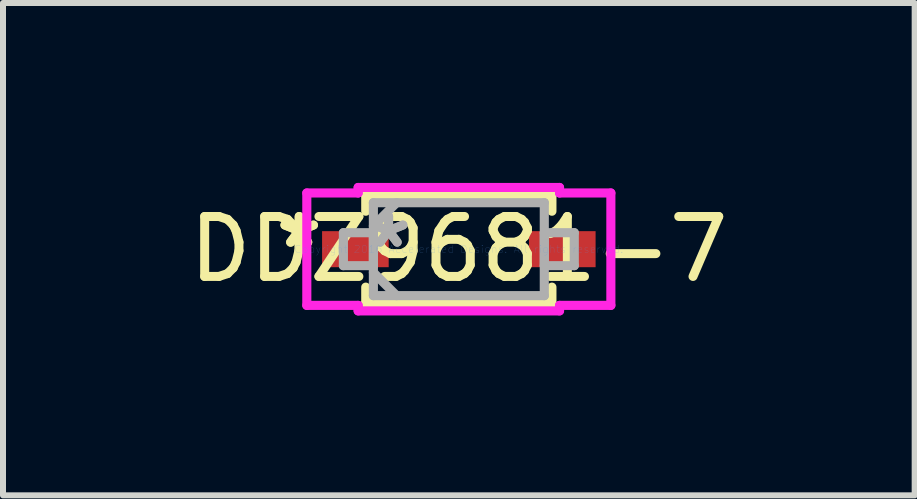
<source format=kicad_pcb>
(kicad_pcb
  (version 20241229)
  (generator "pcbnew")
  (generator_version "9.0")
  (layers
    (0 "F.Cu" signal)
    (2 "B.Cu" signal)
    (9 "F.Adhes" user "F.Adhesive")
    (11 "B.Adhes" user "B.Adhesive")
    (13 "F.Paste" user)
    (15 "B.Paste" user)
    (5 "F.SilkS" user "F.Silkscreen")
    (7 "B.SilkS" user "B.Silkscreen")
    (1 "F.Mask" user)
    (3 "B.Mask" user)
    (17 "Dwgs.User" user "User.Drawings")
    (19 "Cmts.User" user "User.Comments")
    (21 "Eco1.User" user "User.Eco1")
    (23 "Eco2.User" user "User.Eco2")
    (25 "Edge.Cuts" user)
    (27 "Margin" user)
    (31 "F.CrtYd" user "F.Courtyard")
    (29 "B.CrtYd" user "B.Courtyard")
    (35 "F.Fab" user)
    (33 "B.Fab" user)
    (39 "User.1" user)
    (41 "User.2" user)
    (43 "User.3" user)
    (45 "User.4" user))
  (footprint "DDZ9681-7"
    (layer "F.Cu")
    (at 4.601 1.105)
    (property "Reference" "DDZ9681-7" (at 0 0 0) (layer "F.SilkS") (effects (font (size 1 1) (thickness 0.15))))
    (attr through_hole)
    (fp_line (start -1.552 -0.902) (end -1.552 -0.633) (stroke (width 0.152) (type solid)) (layer "F.SilkS"))
    (fp_line (start -1.552 0.633) (end -1.552 0.902) (stroke (width 0.152) (type solid)) (layer "F.SilkS"))
    (fp_line (start -1.552 0.902) (end 1.552 0.902) (stroke (width 0.152) (type solid)) (layer "F.SilkS"))
    (fp_line (start 1.552 -0.902) (end -1.552 -0.902) (stroke (width 0.152) (type solid)) (layer "F.SilkS"))
    (fp_line (start 1.552 -0.633) (end 1.552 -0.902) (stroke (width 0.152) (type solid)) (layer "F.SilkS"))
    (fp_line (start 1.552 0.902) (end 1.552 0.633) (stroke (width 0.152) (type solid)) (layer "F.SilkS"))
    (fp_line (start -2.535 -0.937) (end -1.679 -0.937) (stroke (width 0.152) (type solid)) (layer "F.CrtYd"))
    (fp_line (start -2.535 0.937) (end -2.535 -0.937) (stroke (width 0.152) (type solid)) (layer "F.CrtYd"))
    (fp_line (start -1.679 -1.029) (end 1.679 -1.029) (stroke (width 0.152) (type solid)) (layer "F.CrtYd"))
    (fp_line (start -1.679 -0.937) (end -1.679 -1.029) (stroke (width 0.152) (type solid)) (layer "F.CrtYd"))
    (fp_line (start -1.679 0.937) (end -2.535 0.937) (stroke (width 0.152) (type solid)) (layer "F.CrtYd"))
    (fp_line (start -1.679 1.029) (end -1.679 0.937) (stroke (width 0.152) (type solid)) (layer "F.CrtYd"))
    (fp_line (start 1.679 -1.029) (end 1.679 -0.937) (stroke (width 0.152) (type solid)) (layer "F.CrtYd"))
    (fp_line (start 1.679 -0.937) (end 2.535 -0.937) (stroke (width 0.152) (type solid)) (layer "F.CrtYd"))
    (fp_line (start 1.679 0.937) (end 1.679 1.029) (stroke (width 0.152) (type solid)) (layer "F.CrtYd"))
    (fp_line (start 1.679 1.029) (end -1.679 1.029) (stroke (width 0.152) (type solid)) (layer "F.CrtYd"))
    (fp_line (start 2.535 -0.937) (end 2.535 0.937) (stroke (width 0.152) (type solid)) (layer "F.CrtYd"))
    (fp_line (start 2.535 0.937) (end 1.679 0.937) (stroke (width 0.152) (type solid)) (layer "F.CrtYd"))
    (fp_line (start -1.925 -0.275) (end -1.925 0.275) (stroke (width 0.152) (type solid)) (layer "F.Fab"))
    (fp_line (start -1.925 0.275) (end -1.425 0.275) (stroke (width 0.152) (type solid)) (layer "F.Fab"))
    (fp_line (start -1.425 -0.775) (end -1.425 0.775) (stroke (width 0.152) (type solid)) (layer "F.Fab"))
    (fp_line (start -1.425 -0.388) (end -1.038 -0.775) (stroke (width 0.152) (type solid)) (layer "F.Fab"))
    (fp_line (start -1.425 -0.275) (end -1.925 -0.275) (stroke (width 0.152) (type solid)) (layer "F.Fab"))
    (fp_line (start -1.425 0.275) (end -1.425 -0.275) (stroke (width 0.152) (type solid)) (layer "F.Fab"))
    (fp_line (start -1.425 0.388) (end -1.038 0.775) (stroke (width 0.152) (type solid)) (layer "F.Fab"))
    (fp_line (start -1.425 0.775) (end 1.425 0.775) (stroke (width 0.152) (type solid)) (layer "F.Fab"))
    (fp_line (start 1.425 -0.775) (end -1.425 -0.775) (stroke (width 0.152) (type solid)) (layer "F.Fab"))
    (fp_line (start 1.425 -0.275) (end 1.425 0.275) (stroke (width 0.152) (type solid)) (layer "F.Fab"))
    (fp_line (start 1.425 0.275) (end 1.925 0.275) (stroke (width 0.152) (type solid)) (layer "F.Fab"))
    (fp_line (start 1.425 0.775) (end 1.425 -0.775) (stroke (width 0.152) (type solid)) (layer "F.Fab"))
    (fp_line (start 1.925 -0.275) (end 1.425 -0.275) (stroke (width 0.152) (type solid)) (layer "F.Fab"))
    (fp_line (start 1.925 0.275) (end 1.925 -0.275) (stroke (width 0.152) (type solid)) (layer "F.Fab"))
    (fp_text user "*" (at -2.662 0 0) (layer "F.SilkS") (effects (font (size 1 1) (thickness 0.15))))
    (fp_text user "*" (at -2.662 0 0) (layer "F.SilkS") (effects (font (size 1 1) (thickness 0.15))))
    (fp_text user "Copyright 2016 Accelerated Designs. All rights reserved." (at 0 0 0) (layer "Cmts.User") (effects (font (size 0.127 0.127) (thickness 0.002))))
    (fp_text user "*" (at -1.171 0 0) (layer "F.Fab") (effects (font (size 1 1) (thickness 0.15))))
    (fp_text user "*" (at -1.171 0 0) (layer "F.Fab") (effects (font (size 1 1) (thickness 0.15))))
    (pad "1" smd rect (at -1.725 0) (size 1.111 0.601) (layers "F.Cu" "F.Mask" "F.Paste"))
    (pad "2" smd rect (at 1.725 0) (size 1.111 0.601) (layers "F.Cu" "F.Mask" "F.Paste")))
  (gr_rect
    (start -3 -3)
    (end 12.202 5.21)
    (stroke (width 0.1) (type default))
    (fill no)
    (layer "Edge.Cuts")))
</source>
